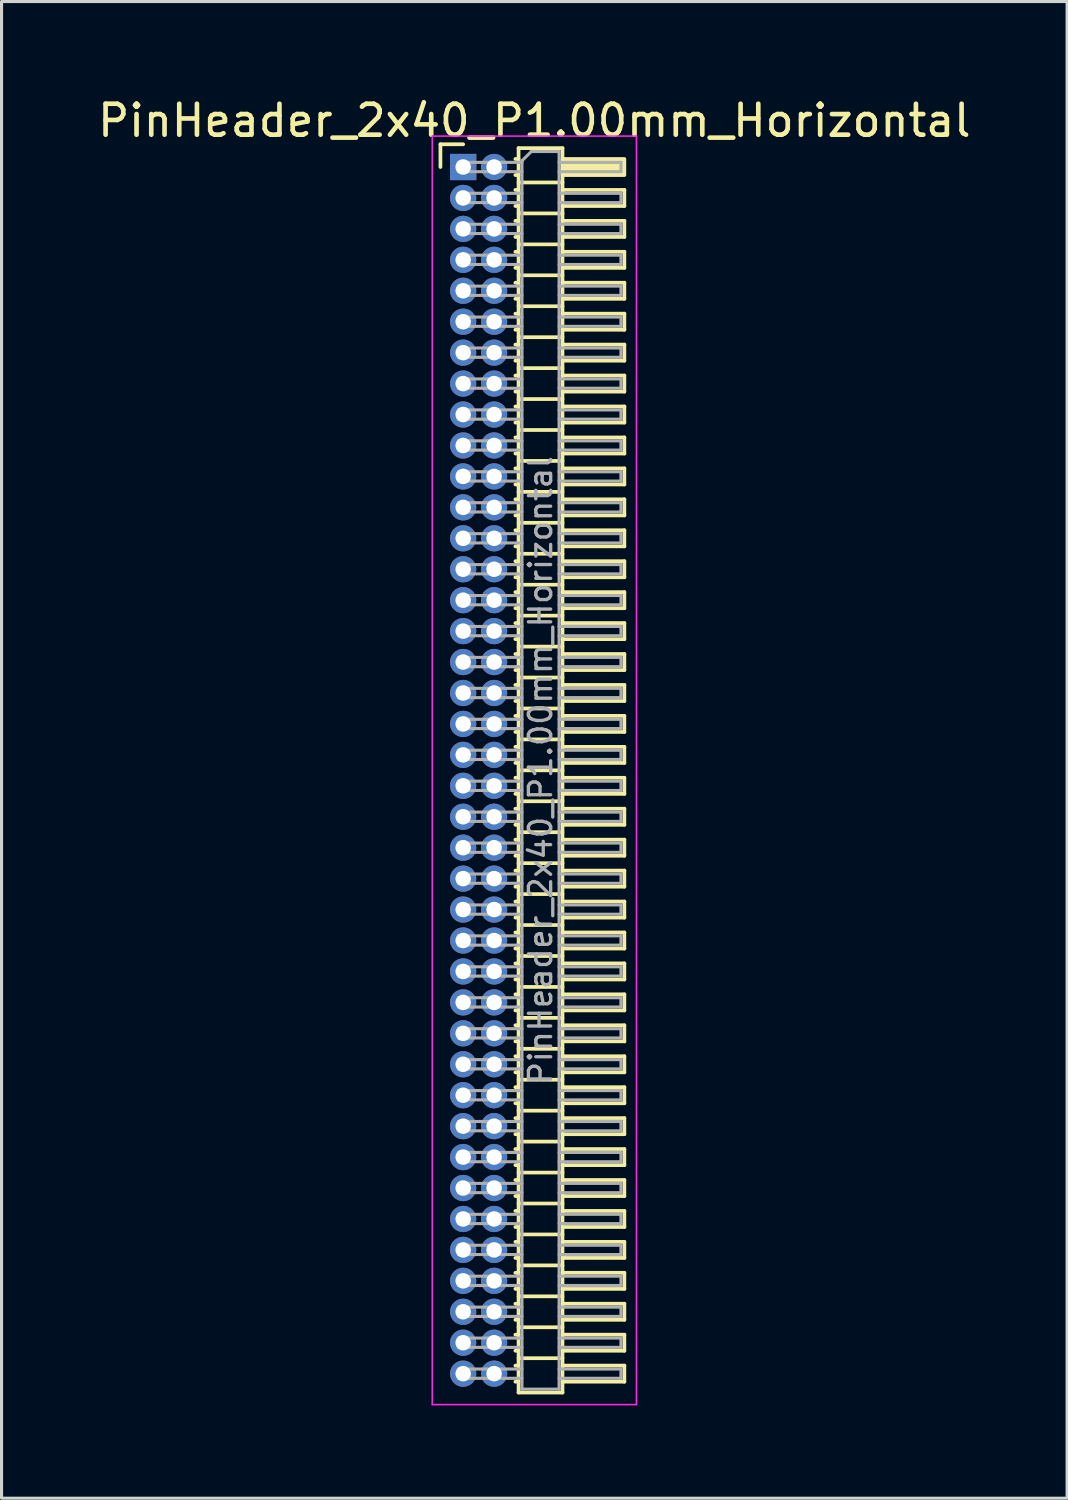
<source format=kicad_pcb>
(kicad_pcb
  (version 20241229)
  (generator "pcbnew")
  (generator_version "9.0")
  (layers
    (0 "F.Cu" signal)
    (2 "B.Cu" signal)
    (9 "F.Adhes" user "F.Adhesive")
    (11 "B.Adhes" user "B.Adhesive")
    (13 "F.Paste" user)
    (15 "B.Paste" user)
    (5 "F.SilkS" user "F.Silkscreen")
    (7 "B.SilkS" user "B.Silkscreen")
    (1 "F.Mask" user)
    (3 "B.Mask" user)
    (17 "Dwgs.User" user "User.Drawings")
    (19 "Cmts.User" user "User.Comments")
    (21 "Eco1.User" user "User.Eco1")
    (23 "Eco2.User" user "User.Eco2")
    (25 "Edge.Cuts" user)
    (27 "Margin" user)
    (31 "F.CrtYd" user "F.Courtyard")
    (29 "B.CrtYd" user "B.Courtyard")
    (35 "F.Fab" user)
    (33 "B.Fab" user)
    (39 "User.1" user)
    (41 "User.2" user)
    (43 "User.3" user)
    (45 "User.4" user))
  (footprint "PinHeader_2x40_P1.00mm_Horizontal"
    (layer "F.Cu")
    (at 11.92 2.348)
    (property "Reference" "PinHeader_2x40_P1.00mm_Horizontal" (at 2.3 -1.5 0) (layer "F.SilkS") (effects (font (size 1 1) (thickness 0.15))))
    (attr through_hole)
    (fp_line (start -0.735 -0.735) (end 0 -0.735) (stroke (width 0.12) (type solid)) (layer "F.SilkS"))
    (fp_line (start -0.735 0) (end -0.735 -0.735) (stroke (width 0.12) (type solid)) (layer "F.SilkS"))
    (fp_line (start 1.687 -0.26) (end 1.79 -0.26) (stroke (width 0.12) (type solid)) (layer "F.SilkS"))
    (fp_line (start 1.687 0.26) (end 1.79 0.26) (stroke (width 0.12) (type solid)) (layer "F.SilkS"))
    (fp_line (start 1.687 0.74) (end 1.79 0.74) (stroke (width 0.12) (type solid)) (layer "F.SilkS"))
    (fp_line (start 1.687 1.26) (end 1.79 1.26) (stroke (width 0.12) (type solid)) (layer "F.SilkS"))
    (fp_line (start 1.687 1.74) (end 1.79 1.74) (stroke (width 0.12) (type solid)) (layer "F.SilkS"))
    (fp_line (start 1.687 2.26) (end 1.79 2.26) (stroke (width 0.12) (type solid)) (layer "F.SilkS"))
    (fp_line (start 1.687 2.74) (end 1.79 2.74) (stroke (width 0.12) (type solid)) (layer "F.SilkS"))
    (fp_line (start 1.687 3.26) (end 1.79 3.26) (stroke (width 0.12) (type solid)) (layer "F.SilkS"))
    (fp_line (start 1.687 3.74) (end 1.79 3.74) (stroke (width 0.12) (type solid)) (layer "F.SilkS"))
    (fp_line (start 1.687 4.26) (end 1.79 4.26) (stroke (width 0.12) (type solid)) (layer "F.SilkS"))
    (fp_line (start 1.687 4.74) (end 1.79 4.74) (stroke (width 0.12) (type solid)) (layer "F.SilkS"))
    (fp_line (start 1.687 5.26) (end 1.79 5.26) (stroke (width 0.12) (type solid)) (layer "F.SilkS"))
    (fp_line (start 1.687 5.74) (end 1.79 5.74) (stroke (width 0.12) (type solid)) (layer "F.SilkS"))
    (fp_line (start 1.687 6.26) (end 1.79 6.26) (stroke (width 0.12) (type solid)) (layer "F.SilkS"))
    (fp_line (start 1.687 6.74) (end 1.79 6.74) (stroke (width 0.12) (type solid)) (layer "F.SilkS"))
    (fp_line (start 1.687 7.26) (end 1.79 7.26) (stroke (width 0.12) (type solid)) (layer "F.SilkS"))
    (fp_line (start 1.687 7.74) (end 1.79 7.74) (stroke (width 0.12) (type solid)) (layer "F.SilkS"))
    (fp_line (start 1.687 8.26) (end 1.79 8.26) (stroke (width 0.12) (type solid)) (layer "F.SilkS"))
    (fp_line (start 1.687 8.74) (end 1.79 8.74) (stroke (width 0.12) (type solid)) (layer "F.SilkS"))
    (fp_line (start 1.687 9.26) (end 1.79 9.26) (stroke (width 0.12) (type solid)) (layer "F.SilkS"))
    (fp_line (start 1.687 9.74) (end 1.79 9.74) (stroke (width 0.12) (type solid)) (layer "F.SilkS"))
    (fp_line (start 1.687 10.26) (end 1.79 10.26) (stroke (width 0.12) (type solid)) (layer "F.SilkS"))
    (fp_line (start 1.687 10.74) (end 1.79 10.74) (stroke (width 0.12) (type solid)) (layer "F.SilkS"))
    (fp_line (start 1.687 11.26) (end 1.79 11.26) (stroke (width 0.12) (type solid)) (layer "F.SilkS"))
    (fp_line (start 1.687 11.74) (end 1.79 11.74) (stroke (width 0.12) (type solid)) (layer "F.SilkS"))
    (fp_line (start 1.687 12.26) (end 1.79 12.26) (stroke (width 0.12) (type solid)) (layer "F.SilkS"))
    (fp_line (start 1.687 12.74) (end 1.79 12.74) (stroke (width 0.12) (type solid)) (layer "F.SilkS"))
    (fp_line (start 1.687 13.26) (end 1.79 13.26) (stroke (width 0.12) (type solid)) (layer "F.SilkS"))
    (fp_line (start 1.687 13.74) (end 1.79 13.74) (stroke (width 0.12) (type solid)) (layer "F.SilkS"))
    (fp_line (start 1.687 14.26) (end 1.79 14.26) (stroke (width 0.12) (type solid)) (layer "F.SilkS"))
    (fp_line (start 1.687 14.74) (end 1.79 14.74) (stroke (width 0.12) (type solid)) (layer "F.SilkS"))
    (fp_line (start 1.687 15.26) (end 1.79 15.26) (stroke (width 0.12) (type solid)) (layer "F.SilkS"))
    (fp_line (start 1.687 15.74) (end 1.79 15.74) (stroke (width 0.12) (type solid)) (layer "F.SilkS"))
    (fp_line (start 1.687 16.26) (end 1.79 16.26) (stroke (width 0.12) (type solid)) (layer "F.SilkS"))
    (fp_line (start 1.687 16.74) (end 1.79 16.74) (stroke (width 0.12) (type solid)) (layer "F.SilkS"))
    (fp_line (start 1.687 17.26) (end 1.79 17.26) (stroke (width 0.12) (type solid)) (layer "F.SilkS"))
    (fp_line (start 1.687 17.74) (end 1.79 17.74) (stroke (width 0.12) (type solid)) (layer "F.SilkS"))
    (fp_line (start 1.687 18.26) (end 1.79 18.26) (stroke (width 0.12) (type solid)) (layer "F.SilkS"))
    (fp_line (start 1.687 18.74) (end 1.79 18.74) (stroke (width 0.12) (type solid)) (layer "F.SilkS"))
    (fp_line (start 1.687 19.26) (end 1.79 19.26) (stroke (width 0.12) (type solid)) (layer "F.SilkS"))
    (fp_line (start 1.687 19.74) (end 1.79 19.74) (stroke (width 0.12) (type solid)) (layer "F.SilkS"))
    (fp_line (start 1.687 20.26) (end 1.79 20.26) (stroke (width 0.12) (type solid)) (layer "F.SilkS"))
    (fp_line (start 1.687 20.74) (end 1.79 20.74) (stroke (width 0.12) (type solid)) (layer "F.SilkS"))
    (fp_line (start 1.687 21.26) (end 1.79 21.26) (stroke (width 0.12) (type solid)) (layer "F.SilkS"))
    (fp_line (start 1.687 21.74) (end 1.79 21.74) (stroke (width 0.12) (type solid)) (layer "F.SilkS"))
    (fp_line (start 1.687 22.26) (end 1.79 22.26) (stroke (width 0.12) (type solid)) (layer "F.SilkS"))
    (fp_line (start 1.687 22.74) (end 1.79 22.74) (stroke (width 0.12) (type solid)) (layer "F.SilkS"))
    (fp_line (start 1.687 23.26) (end 1.79 23.26) (stroke (width 0.12) (type solid)) (layer "F.SilkS"))
    (fp_line (start 1.687 23.74) (end 1.79 23.74) (stroke (width 0.12) (type solid)) (layer "F.SilkS"))
    (fp_line (start 1.687 24.26) (end 1.79 24.26) (stroke (width 0.12) (type solid)) (layer "F.SilkS"))
    (fp_line (start 1.687 24.74) (end 1.79 24.74) (stroke (width 0.12) (type solid)) (layer "F.SilkS"))
    (fp_line (start 1.687 25.26) (end 1.79 25.26) (stroke (width 0.12) (type solid)) (layer "F.SilkS"))
    (fp_line (start 1.687 25.74) (end 1.79 25.74) (stroke (width 0.12) (type solid)) (layer "F.SilkS"))
    (fp_line (start 1.687 26.26) (end 1.79 26.26) (stroke (width 0.12) (type solid)) (layer "F.SilkS"))
    (fp_line (start 1.687 26.74) (end 1.79 26.74) (stroke (width 0.12) (type solid)) (layer "F.SilkS"))
    (fp_line (start 1.687 27.26) (end 1.79 27.26) (stroke (width 0.12) (type solid)) (layer "F.SilkS"))
    (fp_line (start 1.687 27.74) (end 1.79 27.74) (stroke (width 0.12) (type solid)) (layer "F.SilkS"))
    (fp_line (start 1.687 28.26) (end 1.79 28.26) (stroke (width 0.12) (type solid)) (layer "F.SilkS"))
    (fp_line (start 1.687 28.74) (end 1.79 28.74) (stroke (width 0.12) (type solid)) (layer "F.SilkS"))
    (fp_line (start 1.687 29.26) (end 1.79 29.26) (stroke (width 0.12) (type solid)) (layer "F.SilkS"))
    (fp_line (start 1.687 29.74) (end 1.79 29.74) (stroke (width 0.12) (type solid)) (layer "F.SilkS"))
    (fp_line (start 1.687 30.26) (end 1.79 30.26) (stroke (width 0.12) (type solid)) (layer "F.SilkS"))
    (fp_line (start 1.687 30.74) (end 1.79 30.74) (stroke (width 0.12) (type solid)) (layer "F.SilkS"))
    (fp_line (start 1.687 31.26) (end 1.79 31.26) (stroke (width 0.12) (type solid)) (layer "F.SilkS"))
    (fp_line (start 1.687 31.74) (end 1.79 31.74) (stroke (width 0.12) (type solid)) (layer "F.SilkS"))
    (fp_line (start 1.687 32.26) (end 1.79 32.26) (stroke (width 0.12) (type solid)) (layer "F.SilkS"))
    (fp_line (start 1.687 32.74) (end 1.79 32.74) (stroke (width 0.12) (type solid)) (layer "F.SilkS"))
    (fp_line (start 1.687 33.26) (end 1.79 33.26) (stroke (width 0.12) (type solid)) (layer "F.SilkS"))
    (fp_line (start 1.687 33.74) (end 1.79 33.74) (stroke (width 0.12) (type solid)) (layer "F.SilkS"))
    (fp_line (start 1.687 34.26) (end 1.79 34.26) (stroke (width 0.12) (type solid)) (layer "F.SilkS"))
    (fp_line (start 1.687 34.74) (end 1.79 34.74) (stroke (width 0.12) (type solid)) (layer "F.SilkS"))
    (fp_line (start 1.687 35.26) (end 1.79 35.26) (stroke (width 0.12) (type solid)) (layer "F.SilkS"))
    (fp_line (start 1.687 35.74) (end 1.79 35.74) (stroke (width 0.12) (type solid)) (layer "F.SilkS"))
    (fp_line (start 1.687 36.26) (end 1.79 36.26) (stroke (width 0.12) (type solid)) (layer "F.SilkS"))
    (fp_line (start 1.687 36.74) (end 1.79 36.74) (stroke (width 0.12) (type solid)) (layer "F.SilkS"))
    (fp_line (start 1.687 37.26) (end 1.79 37.26) (stroke (width 0.12) (type solid)) (layer "F.SilkS"))
    (fp_line (start 1.687 37.74) (end 1.79 37.74) (stroke (width 0.12) (type solid)) (layer "F.SilkS"))
    (fp_line (start 1.687 38.26) (end 1.79 38.26) (stroke (width 0.12) (type solid)) (layer "F.SilkS"))
    (fp_line (start 1.687 38.74) (end 1.79 38.74) (stroke (width 0.12) (type solid)) (layer "F.SilkS"))
    (fp_line (start 1.687 39.26) (end 1.79 39.26) (stroke (width 0.12) (type solid)) (layer "F.SilkS"))
    (fp_line (start 1.79 -0.61) (end 1.79 39.61) (stroke (width 0.12) (type solid)) (layer "F.SilkS"))
    (fp_line (start 1.79 0.5) (end 3.21 0.5) (stroke (width 0.12) (type solid)) (layer "F.SilkS"))
    (fp_line (start 1.79 1.5) (end 3.21 1.5) (stroke (width 0.12) (type solid)) (layer "F.SilkS"))
    (fp_line (start 1.79 2.5) (end 3.21 2.5) (stroke (width 0.12) (type solid)) (layer "F.SilkS"))
    (fp_line (start 1.79 3.5) (end 3.21 3.5) (stroke (width 0.12) (type solid)) (layer "F.SilkS"))
    (fp_line (start 1.79 4.5) (end 3.21 4.5) (stroke (width 0.12) (type solid)) (layer "F.SilkS"))
    (fp_line (start 1.79 5.5) (end 3.21 5.5) (stroke (width 0.12) (type solid)) (layer "F.SilkS"))
    (fp_line (start 1.79 6.5) (end 3.21 6.5) (stroke (width 0.12) (type solid)) (layer "F.SilkS"))
    (fp_line (start 1.79 7.5) (end 3.21 7.5) (stroke (width 0.12) (type solid)) (layer "F.SilkS"))
    (fp_line (start 1.79 8.5) (end 3.21 8.5) (stroke (width 0.12) (type solid)) (layer "F.SilkS"))
    (fp_line (start 1.79 9.5) (end 3.21 9.5) (stroke (width 0.12) (type solid)) (layer "F.SilkS"))
    (fp_line (start 1.79 10.5) (end 3.21 10.5) (stroke (width 0.12) (type solid)) (layer "F.SilkS"))
    (fp_line (start 1.79 11.5) (end 3.21 11.5) (stroke (width 0.12) (type solid)) (layer "F.SilkS"))
    (fp_line (start 1.79 12.5) (end 3.21 12.5) (stroke (width 0.12) (type solid)) (layer "F.SilkS"))
    (fp_line (start 1.79 13.5) (end 3.21 13.5) (stroke (width 0.12) (type solid)) (layer "F.SilkS"))
    (fp_line (start 1.79 14.5) (end 3.21 14.5) (stroke (width 0.12) (type solid)) (layer "F.SilkS"))
    (fp_line (start 1.79 15.5) (end 3.21 15.5) (stroke (width 0.12) (type solid)) (layer "F.SilkS"))
    (fp_line (start 1.79 16.5) (end 3.21 16.5) (stroke (width 0.12) (type solid)) (layer "F.SilkS"))
    (fp_line (start 1.79 17.5) (end 3.21 17.5) (stroke (width 0.12) (type solid)) (layer "F.SilkS"))
    (fp_line (start 1.79 18.5) (end 3.21 18.5) (stroke (width 0.12) (type solid)) (layer "F.SilkS"))
    (fp_line (start 1.79 19.5) (end 3.21 19.5) (stroke (width 0.12) (type solid)) (layer "F.SilkS"))
    (fp_line (start 1.79 20.5) (end 3.21 20.5) (stroke (width 0.12) (type solid)) (layer "F.SilkS"))
    (fp_line (start 1.79 21.5) (end 3.21 21.5) (stroke (width 0.12) (type solid)) (layer "F.SilkS"))
    (fp_line (start 1.79 22.5) (end 3.21 22.5) (stroke (width 0.12) (type solid)) (layer "F.SilkS"))
    (fp_line (start 1.79 23.5) (end 3.21 23.5) (stroke (width 0.12) (type solid)) (layer "F.SilkS"))
    (fp_line (start 1.79 24.5) (end 3.21 24.5) (stroke (width 0.12) (type solid)) (layer "F.SilkS"))
    (fp_line (start 1.79 25.5) (end 3.21 25.5) (stroke (width 0.12) (type solid)) (layer "F.SilkS"))
    (fp_line (start 1.79 26.5) (end 3.21 26.5) (stroke (width 0.12) (type solid)) (layer "F.SilkS"))
    (fp_line (start 1.79 27.5) (end 3.21 27.5) (stroke (width 0.12) (type solid)) (layer "F.SilkS"))
    (fp_line (start 1.79 28.5) (end 3.21 28.5) (stroke (width 0.12) (type solid)) (layer "F.SilkS"))
    (fp_line (start 1.79 29.5) (end 3.21 29.5) (stroke (width 0.12) (type solid)) (layer "F.SilkS"))
    (fp_line (start 1.79 30.5) (end 3.21 30.5) (stroke (width 0.12) (type solid)) (layer "F.SilkS"))
    (fp_line (start 1.79 31.5) (end 3.21 31.5) (stroke (width 0.12) (type solid)) (layer "F.SilkS"))
    (fp_line (start 1.79 32.5) (end 3.21 32.5) (stroke (width 0.12) (type solid)) (layer "F.SilkS"))
    (fp_line (start 1.79 33.5) (end 3.21 33.5) (stroke (width 0.12) (type solid)) (layer "F.SilkS"))
    (fp_line (start 1.79 34.5) (end 3.21 34.5) (stroke (width 0.12) (type solid)) (layer "F.SilkS"))
    (fp_line (start 1.79 35.5) (end 3.21 35.5) (stroke (width 0.12) (type solid)) (layer "F.SilkS"))
    (fp_line (start 1.79 36.5) (end 3.21 36.5) (stroke (width 0.12) (type solid)) (layer "F.SilkS"))
    (fp_line (start 1.79 37.5) (end 3.21 37.5) (stroke (width 0.12) (type solid)) (layer "F.SilkS"))
    (fp_line (start 1.79 38.5) (end 3.21 38.5) (stroke (width 0.12) (type solid)) (layer "F.SilkS"))
    (fp_line (start 1.79 39.61) (end 3.21 39.61) (stroke (width 0.12) (type solid)) (layer "F.SilkS"))
    (fp_line (start 3.21 -0.61) (end 1.79 -0.61) (stroke (width 0.12) (type solid)) (layer "F.SilkS"))
    (fp_line (start 3.21 0.74) (end 5.21 0.74) (stroke (width 0.12) (type solid)) (layer "F.SilkS"))
    (fp_line (start 3.21 1.74) (end 5.21 1.74) (stroke (width 0.12) (type solid)) (layer "F.SilkS"))
    (fp_line (start 3.21 2.74) (end 5.21 2.74) (stroke (width 0.12) (type solid)) (layer "F.SilkS"))
    (fp_line (start 3.21 3.74) (end 5.21 3.74) (stroke (width 0.12) (type solid)) (layer "F.SilkS"))
    (fp_line (start 3.21 4.74) (end 5.21 4.74) (stroke (width 0.12) (type solid)) (layer "F.SilkS"))
    (fp_line (start 3.21 5.74) (end 5.21 5.74) (stroke (width 0.12) (type solid)) (layer "F.SilkS"))
    (fp_line (start 3.21 6.74) (end 5.21 6.74) (stroke (width 0.12) (type solid)) (layer "F.SilkS"))
    (fp_line (start 3.21 7.74) (end 5.21 7.74) (stroke (width 0.12) (type solid)) (layer "F.SilkS"))
    (fp_line (start 3.21 8.74) (end 5.21 8.74) (stroke (width 0.12) (type solid)) (layer "F.SilkS"))
    (fp_line (start 3.21 9.74) (end 5.21 9.74) (stroke (width 0.12) (type solid)) (layer "F.SilkS"))
    (fp_line (start 3.21 10.74) (end 5.21 10.74) (stroke (width 0.12) (type solid)) (layer "F.SilkS"))
    (fp_line (start 3.21 11.74) (end 5.21 11.74) (stroke (width 0.12) (type solid)) (layer "F.SilkS"))
    (fp_line (start 3.21 12.74) (end 5.21 12.74) (stroke (width 0.12) (type solid)) (layer "F.SilkS"))
    (fp_line (start 3.21 13.74) (end 5.21 13.74) (stroke (width 0.12) (type solid)) (layer "F.SilkS"))
    (fp_line (start 3.21 14.74) (end 5.21 14.74) (stroke (width 0.12) (type solid)) (layer "F.SilkS"))
    (fp_line (start 3.21 15.74) (end 5.21 15.74) (stroke (width 0.12) (type solid)) (layer "F.SilkS"))
    (fp_line (start 3.21 16.74) (end 5.21 16.74) (stroke (width 0.12) (type solid)) (layer "F.SilkS"))
    (fp_line (start 3.21 17.74) (end 5.21 17.74) (stroke (width 0.12) (type solid)) (layer "F.SilkS"))
    (fp_line (start 3.21 18.74) (end 5.21 18.74) (stroke (width 0.12) (type solid)) (layer "F.SilkS"))
    (fp_line (start 3.21 19.74) (end 5.21 19.74) (stroke (width 0.12) (type solid)) (layer "F.SilkS"))
    (fp_line (start 3.21 20.74) (end 5.21 20.74) (stroke (width 0.12) (type solid)) (layer "F.SilkS"))
    (fp_line (start 3.21 21.74) (end 5.21 21.74) (stroke (width 0.12) (type solid)) (layer "F.SilkS"))
    (fp_line (start 3.21 22.74) (end 5.21 22.74) (stroke (width 0.12) (type solid)) (layer "F.SilkS"))
    (fp_line (start 3.21 23.74) (end 5.21 23.74) (stroke (width 0.12) (type solid)) (layer "F.SilkS"))
    (fp_line (start 3.21 24.74) (end 5.21 24.74) (stroke (width 0.12) (type solid)) (layer "F.SilkS"))
    (fp_line (start 3.21 25.74) (end 5.21 25.74) (stroke (width 0.12) (type solid)) (layer "F.SilkS"))
    (fp_line (start 3.21 26.74) (end 5.21 26.74) (stroke (width 0.12) (type solid)) (layer "F.SilkS"))
    (fp_line (start 3.21 27.74) (end 5.21 27.74) (stroke (width 0.12) (type solid)) (layer "F.SilkS"))
    (fp_line (start 3.21 28.74) (end 5.21 28.74) (stroke (width 0.12) (type solid)) (layer "F.SilkS"))
    (fp_line (start 3.21 29.74) (end 5.21 29.74) (stroke (width 0.12) (type solid)) (layer "F.SilkS"))
    (fp_line (start 3.21 30.74) (end 5.21 30.74) (stroke (width 0.12) (type solid)) (layer "F.SilkS"))
    (fp_line (start 3.21 31.74) (end 5.21 31.74) (stroke (width 0.12) (type solid)) (layer "F.SilkS"))
    (fp_line (start 3.21 32.74) (end 5.21 32.74) (stroke (width 0.12) (type solid)) (layer "F.SilkS"))
    (fp_line (start 3.21 33.74) (end 5.21 33.74) (stroke (width 0.12) (type solid)) (layer "F.SilkS"))
    (fp_line (start 3.21 34.74) (end 5.21 34.74) (stroke (width 0.12) (type solid)) (layer "F.SilkS"))
    (fp_line (start 3.21 35.74) (end 5.21 35.74) (stroke (width 0.12) (type solid)) (layer "F.SilkS"))
    (fp_line (start 3.21 36.74) (end 5.21 36.74) (stroke (width 0.12) (type solid)) (layer "F.SilkS"))
    (fp_line (start 3.21 37.74) (end 5.21 37.74) (stroke (width 0.12) (type solid)) (layer "F.SilkS"))
    (fp_line (start 3.21 38.74) (end 5.21 38.74) (stroke (width 0.12) (type solid)) (layer "F.SilkS"))
    (fp_line (start 3.21 39.61) (end 3.21 -0.61) (stroke (width 0.12) (type solid)) (layer "F.SilkS"))
    (fp_line (start 5.21 0.74) (end 5.21 1.26) (stroke (width 0.12) (type solid)) (layer "F.SilkS"))
    (fp_line (start 5.21 1.26) (end 3.21 1.26) (stroke (width 0.12) (type solid)) (layer "F.SilkS"))
    (fp_line (start 5.21 1.74) (end 5.21 2.26) (stroke (width 0.12) (type solid)) (layer "F.SilkS"))
    (fp_line (start 5.21 2.26) (end 3.21 2.26) (stroke (width 0.12) (type solid)) (layer "F.SilkS"))
    (fp_line (start 5.21 2.74) (end 5.21 3.26) (stroke (width 0.12) (type solid)) (layer "F.SilkS"))
    (fp_line (start 5.21 3.26) (end 3.21 3.26) (stroke (width 0.12) (type solid)) (layer "F.SilkS"))
    (fp_line (start 5.21 3.74) (end 5.21 4.26) (stroke (width 0.12) (type solid)) (layer "F.SilkS"))
    (fp_line (start 5.21 4.26) (end 3.21 4.26) (stroke (width 0.12) (type solid)) (layer "F.SilkS"))
    (fp_line (start 5.21 4.74) (end 5.21 5.26) (stroke (width 0.12) (type solid)) (layer "F.SilkS"))
    (fp_line (start 5.21 5.26) (end 3.21 5.26) (stroke (width 0.12) (type solid)) (layer "F.SilkS"))
    (fp_line (start 5.21 5.74) (end 5.21 6.26) (stroke (width 0.12) (type solid)) (layer "F.SilkS"))
    (fp_line (start 5.21 6.26) (end 3.21 6.26) (stroke (width 0.12) (type solid)) (layer "F.SilkS"))
    (fp_line (start 5.21 6.74) (end 5.21 7.26) (stroke (width 0.12) (type solid)) (layer "F.SilkS"))
    (fp_line (start 5.21 7.26) (end 3.21 7.26) (stroke (width 0.12) (type solid)) (layer "F.SilkS"))
    (fp_line (start 5.21 7.74) (end 5.21 8.26) (stroke (width 0.12) (type solid)) (layer "F.SilkS"))
    (fp_line (start 5.21 8.26) (end 3.21 8.26) (stroke (width 0.12) (type solid)) (layer "F.SilkS"))
    (fp_line (start 5.21 8.74) (end 5.21 9.26) (stroke (width 0.12) (type solid)) (layer "F.SilkS"))
    (fp_line (start 5.21 9.26) (end 3.21 9.26) (stroke (width 0.12) (type solid)) (layer "F.SilkS"))
    (fp_line (start 5.21 9.74) (end 5.21 10.26) (stroke (width 0.12) (type solid)) (layer "F.SilkS"))
    (fp_line (start 5.21 10.26) (end 3.21 10.26) (stroke (width 0.12) (type solid)) (layer "F.SilkS"))
    (fp_line (start 5.21 10.74) (end 5.21 11.26) (stroke (width 0.12) (type solid)) (layer "F.SilkS"))
    (fp_line (start 5.21 11.26) (end 3.21 11.26) (stroke (width 0.12) (type solid)) (layer "F.SilkS"))
    (fp_line (start 5.21 11.74) (end 5.21 12.26) (stroke (width 0.12) (type solid)) (layer "F.SilkS"))
    (fp_line (start 5.21 12.26) (end 3.21 12.26) (stroke (width 0.12) (type solid)) (layer "F.SilkS"))
    (fp_line (start 5.21 12.74) (end 5.21 13.26) (stroke (width 0.12) (type solid)) (layer "F.SilkS"))
    (fp_line (start 5.21 13.26) (end 3.21 13.26) (stroke (width 0.12) (type solid)) (layer "F.SilkS"))
    (fp_line (start 5.21 13.74) (end 5.21 14.26) (stroke (width 0.12) (type solid)) (layer "F.SilkS"))
    (fp_line (start 5.21 14.26) (end 3.21 14.26) (stroke (width 0.12) (type solid)) (layer "F.SilkS"))
    (fp_line (start 5.21 14.74) (end 5.21 15.26) (stroke (width 0.12) (type solid)) (layer "F.SilkS"))
    (fp_line (start 5.21 15.26) (end 3.21 15.26) (stroke (width 0.12) (type solid)) (layer "F.SilkS"))
    (fp_line (start 5.21 15.74) (end 5.21 16.26) (stroke (width 0.12) (type solid)) (layer "F.SilkS"))
    (fp_line (start 5.21 16.26) (end 3.21 16.26) (stroke (width 0.12) (type solid)) (layer "F.SilkS"))
    (fp_line (start 5.21 16.74) (end 5.21 17.26) (stroke (width 0.12) (type solid)) (layer "F.SilkS"))
    (fp_line (start 5.21 17.26) (end 3.21 17.26) (stroke (width 0.12) (type solid)) (layer "F.SilkS"))
    (fp_line (start 5.21 17.74) (end 5.21 18.26) (stroke (width 0.12) (type solid)) (layer "F.SilkS"))
    (fp_line (start 5.21 18.26) (end 3.21 18.26) (stroke (width 0.12) (type solid)) (layer "F.SilkS"))
    (fp_line (start 5.21 18.74) (end 5.21 19.26) (stroke (width 0.12) (type solid)) (layer "F.SilkS"))
    (fp_line (start 5.21 19.26) (end 3.21 19.26) (stroke (width 0.12) (type solid)) (layer "F.SilkS"))
    (fp_line (start 5.21 19.74) (end 5.21 20.26) (stroke (width 0.12) (type solid)) (layer "F.SilkS"))
    (fp_line (start 5.21 20.26) (end 3.21 20.26) (stroke (width 0.12) (type solid)) (layer "F.SilkS"))
    (fp_line (start 5.21 20.74) (end 5.21 21.26) (stroke (width 0.12) (type solid)) (layer "F.SilkS"))
    (fp_line (start 5.21 21.26) (end 3.21 21.26) (stroke (width 0.12) (type solid)) (layer "F.SilkS"))
    (fp_line (start 5.21 21.74) (end 5.21 22.26) (stroke (width 0.12) (type solid)) (layer "F.SilkS"))
    (fp_line (start 5.21 22.26) (end 3.21 22.26) (stroke (width 0.12) (type solid)) (layer "F.SilkS"))
    (fp_line (start 5.21 22.74) (end 5.21 23.26) (stroke (width 0.12) (type solid)) (layer "F.SilkS"))
    (fp_line (start 5.21 23.26) (end 3.21 23.26) (stroke (width 0.12) (type solid)) (layer "F.SilkS"))
    (fp_line (start 5.21 23.74) (end 5.21 24.26) (stroke (width 0.12) (type solid)) (layer "F.SilkS"))
    (fp_line (start 5.21 24.26) (end 3.21 24.26) (stroke (width 0.12) (type solid)) (layer "F.SilkS"))
    (fp_line (start 5.21 24.74) (end 5.21 25.26) (stroke (width 0.12) (type solid)) (layer "F.SilkS"))
    (fp_line (start 5.21 25.26) (end 3.21 25.26) (stroke (width 0.12) (type solid)) (layer "F.SilkS"))
    (fp_line (start 5.21 25.74) (end 5.21 26.26) (stroke (width 0.12) (type solid)) (layer "F.SilkS"))
    (fp_line (start 5.21 26.26) (end 3.21 26.26) (stroke (width 0.12) (type solid)) (layer "F.SilkS"))
    (fp_line (start 5.21 26.74) (end 5.21 27.26) (stroke (width 0.12) (type solid)) (layer "F.SilkS"))
    (fp_line (start 5.21 27.26) (end 3.21 27.26) (stroke (width 0.12) (type solid)) (layer "F.SilkS"))
    (fp_line (start 5.21 27.74) (end 5.21 28.26) (stroke (width 0.12) (type solid)) (layer "F.SilkS"))
    (fp_line (start 5.21 28.26) (end 3.21 28.26) (stroke (width 0.12) (type solid)) (layer "F.SilkS"))
    (fp_line (start 5.21 28.74) (end 5.21 29.26) (stroke (width 0.12) (type solid)) (layer "F.SilkS"))
    (fp_line (start 5.21 29.26) (end 3.21 29.26) (stroke (width 0.12) (type solid)) (layer "F.SilkS"))
    (fp_line (start 5.21 29.74) (end 5.21 30.26) (stroke (width 0.12) (type solid)) (layer "F.SilkS"))
    (fp_line (start 5.21 30.26) (end 3.21 30.26) (stroke (width 0.12) (type solid)) (layer "F.SilkS"))
    (fp_line (start 5.21 30.74) (end 5.21 31.26) (stroke (width 0.12) (type solid)) (layer "F.SilkS"))
    (fp_line (start 5.21 31.26) (end 3.21 31.26) (stroke (width 0.12) (type solid)) (layer "F.SilkS"))
    (fp_line (start 5.21 31.74) (end 5.21 32.26) (stroke (width 0.12) (type solid)) (layer "F.SilkS"))
    (fp_line (start 5.21 32.26) (end 3.21 32.26) (stroke (width 0.12) (type solid)) (layer "F.SilkS"))
    (fp_line (start 5.21 32.74) (end 5.21 33.26) (stroke (width 0.12) (type solid)) (layer "F.SilkS"))
    (fp_line (start 5.21 33.26) (end 3.21 33.26) (stroke (width 0.12) (type solid)) (layer "F.SilkS"))
    (fp_line (start 5.21 33.74) (end 5.21 34.26) (stroke (width 0.12) (type solid)) (layer "F.SilkS"))
    (fp_line (start 5.21 34.26) (end 3.21 34.26) (stroke (width 0.12) (type solid)) (layer "F.SilkS"))
    (fp_line (start 5.21 34.74) (end 5.21 35.26) (stroke (width 0.12) (type solid)) (layer "F.SilkS"))
    (fp_line (start 5.21 35.26) (end 3.21 35.26) (stroke (width 0.12) (type solid)) (layer "F.SilkS"))
    (fp_line (start 5.21 35.74) (end 5.21 36.26) (stroke (width 0.12) (type solid)) (layer "F.SilkS"))
    (fp_line (start 5.21 36.26) (end 3.21 36.26) (stroke (width 0.12) (type solid)) (layer "F.SilkS"))
    (fp_line (start 5.21 36.74) (end 5.21 37.26) (stroke (width 0.12) (type solid)) (layer "F.SilkS"))
    (fp_line (start 5.21 37.26) (end 3.21 37.26) (stroke (width 0.12) (type solid)) (layer "F.SilkS"))
    (fp_line (start 5.21 37.74) (end 5.21 38.26) (stroke (width 0.12) (type solid)) (layer "F.SilkS"))
    (fp_line (start 5.21 38.26) (end 3.21 38.26) (stroke (width 0.12) (type solid)) (layer "F.SilkS"))
    (fp_line (start 5.21 38.74) (end 5.21 39.26) (stroke (width 0.12) (type solid)) (layer "F.SilkS"))
    (fp_line (start 5.21 39.26) (end 3.21 39.26) (stroke (width 0.12) (type solid)) (layer "F.SilkS"))
    (fp_rect (start 3.21 -0.26) (end 5.21 0.26) (stroke (width 0.12) (type solid)) (fill yes) (layer "F.SilkS"))
    (fp_line (start -1 -1) (end -1 40) (stroke (width 0.05) (type solid)) (layer "F.CrtYd"))
    (fp_line (start -1 40) (end 5.6 40) (stroke (width 0.05) (type solid)) (layer "F.CrtYd"))
    (fp_line (start 5.6 -1) (end -1 -1) (stroke (width 0.05) (type solid)) (layer "F.CrtYd"))
    (fp_line (start 5.6 40) (end 5.6 -1) (stroke (width 0.05) (type solid)) (layer "F.CrtYd"))
    (fp_line (start -0.15 -0.15) (end -0.15 0.15) (stroke (width 0.1) (type solid)) (layer "F.Fab"))
    (fp_line (start -0.15 -0.15) (end 1.9 -0.15) (stroke (width 0.1) (type solid)) (layer "F.Fab"))
    (fp_line (start -0.15 0.15) (end 1.9 0.15) (stroke (width 0.1) (type solid)) (layer "F.Fab"))
    (fp_line (start -0.15 0.85) (end -0.15 1.15) (stroke (width 0.1) (type solid)) (layer "F.Fab"))
    (fp_line (start -0.15 0.85) (end 1.9 0.85) (stroke (width 0.1) (type solid)) (layer "F.Fab"))
    (fp_line (start -0.15 1.15) (end 1.9 1.15) (stroke (width 0.1) (type solid)) (layer "F.Fab"))
    (fp_line (start -0.15 1.85) (end -0.15 2.15) (stroke (width 0.1) (type solid)) (layer "F.Fab"))
    (fp_line (start -0.15 1.85) (end 1.9 1.85) (stroke (width 0.1) (type solid)) (layer "F.Fab"))
    (fp_line (start -0.15 2.15) (end 1.9 2.15) (stroke (width 0.1) (type solid)) (layer "F.Fab"))
    (fp_line (start -0.15 2.85) (end -0.15 3.15) (stroke (width 0.1) (type solid)) (layer "F.Fab"))
    (fp_line (start -0.15 2.85) (end 1.9 2.85) (stroke (width 0.1) (type solid)) (layer "F.Fab"))
    (fp_line (start -0.15 3.15) (end 1.9 3.15) (stroke (width 0.1) (type solid)) (layer "F.Fab"))
    (fp_line (start -0.15 3.85) (end -0.15 4.15) (stroke (width 0.1) (type solid)) (layer "F.Fab"))
    (fp_line (start -0.15 3.85) (end 1.9 3.85) (stroke (width 0.1) (type solid)) (layer "F.Fab"))
    (fp_line (start -0.15 4.15) (end 1.9 4.15) (stroke (width 0.1) (type solid)) (layer "F.Fab"))
    (fp_line (start -0.15 4.85) (end -0.15 5.15) (stroke (width 0.1) (type solid)) (layer "F.Fab"))
    (fp_line (start -0.15 4.85) (end 1.9 4.85) (stroke (width 0.1) (type solid)) (layer "F.Fab"))
    (fp_line (start -0.15 5.15) (end 1.9 5.15) (stroke (width 0.1) (type solid)) (layer "F.Fab"))
    (fp_line (start -0.15 5.85) (end -0.15 6.15) (stroke (width 0.1) (type solid)) (layer "F.Fab"))
    (fp_line (start -0.15 5.85) (end 1.9 5.85) (stroke (width 0.1) (type solid)) (layer "F.Fab"))
    (fp_line (start -0.15 6.15) (end 1.9 6.15) (stroke (width 0.1) (type solid)) (layer "F.Fab"))
    (fp_line (start -0.15 6.85) (end -0.15 7.15) (stroke (width 0.1) (type solid)) (layer "F.Fab"))
    (fp_line (start -0.15 6.85) (end 1.9 6.85) (stroke (width 0.1) (type solid)) (layer "F.Fab"))
    (fp_line (start -0.15 7.15) (end 1.9 7.15) (stroke (width 0.1) (type solid)) (layer "F.Fab"))
    (fp_line (start -0.15 7.85) (end -0.15 8.15) (stroke (width 0.1) (type solid)) (layer "F.Fab"))
    (fp_line (start -0.15 7.85) (end 1.9 7.85) (stroke (width 0.1) (type solid)) (layer "F.Fab"))
    (fp_line (start -0.15 8.15) (end 1.9 8.15) (stroke (width 0.1) (type solid)) (layer "F.Fab"))
    (fp_line (start -0.15 8.85) (end -0.15 9.15) (stroke (width 0.1) (type solid)) (layer "F.Fab"))
    (fp_line (start -0.15 8.85) (end 1.9 8.85) (stroke (width 0.1) (type solid)) (layer "F.Fab"))
    (fp_line (start -0.15 9.15) (end 1.9 9.15) (stroke (width 0.1) (type solid)) (layer "F.Fab"))
    (fp_line (start -0.15 9.85) (end -0.15 10.15) (stroke (width 0.1) (type solid)) (layer "F.Fab"))
    (fp_line (start -0.15 9.85) (end 1.9 9.85) (stroke (width 0.1) (type solid)) (layer "F.Fab"))
    (fp_line (start -0.15 10.15) (end 1.9 10.15) (stroke (width 0.1) (type solid)) (layer "F.Fab"))
    (fp_line (start -0.15 10.85) (end -0.15 11.15) (stroke (width 0.1) (type solid)) (layer "F.Fab"))
    (fp_line (start -0.15 10.85) (end 1.9 10.85) (stroke (width 0.1) (type solid)) (layer "F.Fab"))
    (fp_line (start -0.15 11.15) (end 1.9 11.15) (stroke (width 0.1) (type solid)) (layer "F.Fab"))
    (fp_line (start -0.15 11.85) (end -0.15 12.15) (stroke (width 0.1) (type solid)) (layer "F.Fab"))
    (fp_line (start -0.15 11.85) (end 1.9 11.85) (stroke (width 0.1) (type solid)) (layer "F.Fab"))
    (fp_line (start -0.15 12.15) (end 1.9 12.15) (stroke (width 0.1) (type solid)) (layer "F.Fab"))
    (fp_line (start -0.15 12.85) (end -0.15 13.15) (stroke (width 0.1) (type solid)) (layer "F.Fab"))
    (fp_line (start -0.15 12.85) (end 1.9 12.85) (stroke (width 0.1) (type solid)) (layer "F.Fab"))
    (fp_line (start -0.15 13.15) (end 1.9 13.15) (stroke (width 0.1) (type solid)) (layer "F.Fab"))
    (fp_line (start -0.15 13.85) (end -0.15 14.15) (stroke (width 0.1) (type solid)) (layer "F.Fab"))
    (fp_line (start -0.15 13.85) (end 1.9 13.85) (stroke (width 0.1) (type solid)) (layer "F.Fab"))
    (fp_line (start -0.15 14.15) (end 1.9 14.15) (stroke (width 0.1) (type solid)) (layer "F.Fab"))
    (fp_line (start -0.15 14.85) (end -0.15 15.15) (stroke (width 0.1) (type solid)) (layer "F.Fab"))
    (fp_line (start -0.15 14.85) (end 1.9 14.85) (stroke (width 0.1) (type solid)) (layer "F.Fab"))
    (fp_line (start -0.15 15.15) (end 1.9 15.15) (stroke (width 0.1) (type solid)) (layer "F.Fab"))
    (fp_line (start -0.15 15.85) (end -0.15 16.15) (stroke (width 0.1) (type solid)) (layer "F.Fab"))
    (fp_line (start -0.15 15.85) (end 1.9 15.85) (stroke (width 0.1) (type solid)) (layer "F.Fab"))
    (fp_line (start -0.15 16.15) (end 1.9 16.15) (stroke (width 0.1) (type solid)) (layer "F.Fab"))
    (fp_line (start -0.15 16.85) (end -0.15 17.15) (stroke (width 0.1) (type solid)) (layer "F.Fab"))
    (fp_line (start -0.15 16.85) (end 1.9 16.85) (stroke (width 0.1) (type solid)) (layer "F.Fab"))
    (fp_line (start -0.15 17.15) (end 1.9 17.15) (stroke (width 0.1) (type solid)) (layer "F.Fab"))
    (fp_line (start -0.15 17.85) (end -0.15 18.15) (stroke (width 0.1) (type solid)) (layer "F.Fab"))
    (fp_line (start -0.15 17.85) (end 1.9 17.85) (stroke (width 0.1) (type solid)) (layer "F.Fab"))
    (fp_line (start -0.15 18.15) (end 1.9 18.15) (stroke (width 0.1) (type solid)) (layer "F.Fab"))
    (fp_line (start -0.15 18.85) (end -0.15 19.15) (stroke (width 0.1) (type solid)) (layer "F.Fab"))
    (fp_line (start -0.15 18.85) (end 1.9 18.85) (stroke (width 0.1) (type solid)) (layer "F.Fab"))
    (fp_line (start -0.15 19.15) (end 1.9 19.15) (stroke (width 0.1) (type solid)) (layer "F.Fab"))
    (fp_line (start -0.15 19.85) (end -0.15 20.15) (stroke (width 0.1) (type solid)) (layer "F.Fab"))
    (fp_line (start -0.15 19.85) (end 1.9 19.85) (stroke (width 0.1) (type solid)) (layer "F.Fab"))
    (fp_line (start -0.15 20.15) (end 1.9 20.15) (stroke (width 0.1) (type solid)) (layer "F.Fab"))
    (fp_line (start -0.15 20.85) (end -0.15 21.15) (stroke (width 0.1) (type solid)) (layer "F.Fab"))
    (fp_line (start -0.15 20.85) (end 1.9 20.85) (stroke (width 0.1) (type solid)) (layer "F.Fab"))
    (fp_line (start -0.15 21.15) (end 1.9 21.15) (stroke (width 0.1) (type solid)) (layer "F.Fab"))
    (fp_line (start -0.15 21.85) (end -0.15 22.15) (stroke (width 0.1) (type solid)) (layer "F.Fab"))
    (fp_line (start -0.15 21.85) (end 1.9 21.85) (stroke (width 0.1) (type solid)) (layer "F.Fab"))
    (fp_line (start -0.15 22.15) (end 1.9 22.15) (stroke (width 0.1) (type solid)) (layer "F.Fab"))
    (fp_line (start -0.15 22.85) (end -0.15 23.15) (stroke (width 0.1) (type solid)) (layer "F.Fab"))
    (fp_line (start -0.15 22.85) (end 1.9 22.85) (stroke (width 0.1) (type solid)) (layer "F.Fab"))
    (fp_line (start -0.15 23.15) (end 1.9 23.15) (stroke (width 0.1) (type solid)) (layer "F.Fab"))
    (fp_line (start -0.15 23.85) (end -0.15 24.15) (stroke (width 0.1) (type solid)) (layer "F.Fab"))
    (fp_line (start -0.15 23.85) (end 1.9 23.85) (stroke (width 0.1) (type solid)) (layer "F.Fab"))
    (fp_line (start -0.15 24.15) (end 1.9 24.15) (stroke (width 0.1) (type solid)) (layer "F.Fab"))
    (fp_line (start -0.15 24.85) (end -0.15 25.15) (stroke (width 0.1) (type solid)) (layer "F.Fab"))
    (fp_line (start -0.15 24.85) (end 1.9 24.85) (stroke (width 0.1) (type solid)) (layer "F.Fab"))
    (fp_line (start -0.15 25.15) (end 1.9 25.15) (stroke (width 0.1) (type solid)) (layer "F.Fab"))
    (fp_line (start -0.15 25.85) (end -0.15 26.15) (stroke (width 0.1) (type solid)) (layer "F.Fab"))
    (fp_line (start -0.15 25.85) (end 1.9 25.85) (stroke (width 0.1) (type solid)) (layer "F.Fab"))
    (fp_line (start -0.15 26.15) (end 1.9 26.15) (stroke (width 0.1) (type solid)) (layer "F.Fab"))
    (fp_line (start -0.15 26.85) (end -0.15 27.15) (stroke (width 0.1) (type solid)) (layer "F.Fab"))
    (fp_line (start -0.15 26.85) (end 1.9 26.85) (stroke (width 0.1) (type solid)) (layer "F.Fab"))
    (fp_line (start -0.15 27.15) (end 1.9 27.15) (stroke (width 0.1) (type solid)) (layer "F.Fab"))
    (fp_line (start -0.15 27.85) (end -0.15 28.15) (stroke (width 0.1) (type solid)) (layer "F.Fab"))
    (fp_line (start -0.15 27.85) (end 1.9 27.85) (stroke (width 0.1) (type solid)) (layer "F.Fab"))
    (fp_line (start -0.15 28.15) (end 1.9 28.15) (stroke (width 0.1) (type solid)) (layer "F.Fab"))
    (fp_line (start -0.15 28.85) (end -0.15 29.15) (stroke (width 0.1) (type solid)) (layer "F.Fab"))
    (fp_line (start -0.15 28.85) (end 1.9 28.85) (stroke (width 0.1) (type solid)) (layer "F.Fab"))
    (fp_line (start -0.15 29.15) (end 1.9 29.15) (stroke (width 0.1) (type solid)) (layer "F.Fab"))
    (fp_line (start -0.15 29.85) (end -0.15 30.15) (stroke (width 0.1) (type solid)) (layer "F.Fab"))
    (fp_line (start -0.15 29.85) (end 1.9 29.85) (stroke (width 0.1) (type solid)) (layer "F.Fab"))
    (fp_line (start -0.15 30.15) (end 1.9 30.15) (stroke (width 0.1) (type solid)) (layer "F.Fab"))
    (fp_line (start -0.15 30.85) (end -0.15 31.15) (stroke (width 0.1) (type solid)) (layer "F.Fab"))
    (fp_line (start -0.15 30.85) (end 1.9 30.85) (stroke (width 0.1) (type solid)) (layer "F.Fab"))
    (fp_line (start -0.15 31.15) (end 1.9 31.15) (stroke (width 0.1) (type solid)) (layer "F.Fab"))
    (fp_line (start -0.15 31.85) (end -0.15 32.15) (stroke (width 0.1) (type solid)) (layer "F.Fab"))
    (fp_line (start -0.15 31.85) (end 1.9 31.85) (stroke (width 0.1) (type solid)) (layer "F.Fab"))
    (fp_line (start -0.15 32.15) (end 1.9 32.15) (stroke (width 0.1) (type solid)) (layer "F.Fab"))
    (fp_line (start -0.15 32.85) (end -0.15 33.15) (stroke (width 0.1) (type solid)) (layer "F.Fab"))
    (fp_line (start -0.15 32.85) (end 1.9 32.85) (stroke (width 0.1) (type solid)) (layer "F.Fab"))
    (fp_line (start -0.15 33.15) (end 1.9 33.15) (stroke (width 0.1) (type solid)) (layer "F.Fab"))
    (fp_line (start -0.15 33.85) (end -0.15 34.15) (stroke (width 0.1) (type solid)) (layer "F.Fab"))
    (fp_line (start -0.15 33.85) (end 1.9 33.85) (stroke (width 0.1) (type solid)) (layer "F.Fab"))
    (fp_line (start -0.15 34.15) (end 1.9 34.15) (stroke (width 0.1) (type solid)) (layer "F.Fab"))
    (fp_line (start -0.15 34.85) (end -0.15 35.15) (stroke (width 0.1) (type solid)) (layer "F.Fab"))
    (fp_line (start -0.15 34.85) (end 1.9 34.85) (stroke (width 0.1) (type solid)) (layer "F.Fab"))
    (fp_line (start -0.15 35.15) (end 1.9 35.15) (stroke (width 0.1) (type solid)) (layer "F.Fab"))
    (fp_line (start -0.15 35.85) (end -0.15 36.15) (stroke (width 0.1) (type solid)) (layer "F.Fab"))
    (fp_line (start -0.15 35.85) (end 1.9 35.85) (stroke (width 0.1) (type solid)) (layer "F.Fab"))
    (fp_line (start -0.15 36.15) (end 1.9 36.15) (stroke (width 0.1) (type solid)) (layer "F.Fab"))
    (fp_line (start -0.15 36.85) (end -0.15 37.15) (stroke (width 0.1) (type solid)) (layer "F.Fab"))
    (fp_line (start -0.15 36.85) (end 1.9 36.85) (stroke (width 0.1) (type solid)) (layer "F.Fab"))
    (fp_line (start -0.15 37.15) (end 1.9 37.15) (stroke (width 0.1) (type solid)) (layer "F.Fab"))
    (fp_line (start -0.15 37.85) (end -0.15 38.15) (stroke (width 0.1) (type solid)) (layer "F.Fab"))
    (fp_line (start -0.15 37.85) (end 1.9 37.85) (stroke (width 0.1) (type solid)) (layer "F.Fab"))
    (fp_line (start -0.15 38.15) (end 1.9 38.15) (stroke (width 0.1) (type solid)) (layer "F.Fab"))
    (fp_line (start -0.15 38.85) (end -0.15 39.15) (stroke (width 0.1) (type solid)) (layer "F.Fab"))
    (fp_line (start -0.15 38.85) (end 1.9 38.85) (stroke (width 0.1) (type solid)) (layer "F.Fab"))
    (fp_line (start -0.15 39.15) (end 1.9 39.15) (stroke (width 0.1) (type solid)) (layer "F.Fab"))
    (fp_line (start 1.9 -0.2) (end 2.2 -0.5) (stroke (width 0.1) (type solid)) (layer "F.Fab"))
    (fp_line (start 1.9 39.5) (end 1.9 -0.2) (stroke (width 0.1) (type solid)) (layer "F.Fab"))
    (fp_line (start 2.2 -0.5) (end 3.1 -0.5) (stroke (width 0.1) (type solid)) (layer "F.Fab"))
    (fp_line (start 3.1 -0.5) (end 3.1 39.5) (stroke (width 0.1) (type solid)) (layer "F.Fab"))
    (fp_line (start 3.1 -0.15) (end 5.1 -0.15) (stroke (width 0.1) (type solid)) (layer "F.Fab"))
    (fp_line (start 3.1 0.15) (end 5.1 0.15) (stroke (width 0.1) (type solid)) (layer "F.Fab"))
    (fp_line (start 3.1 0.85) (end 5.1 0.85) (stroke (width 0.1) (type solid)) (layer "F.Fab"))
    (fp_line (start 3.1 1.15) (end 5.1 1.15) (stroke (width 0.1) (type solid)) (layer "F.Fab"))
    (fp_line (start 3.1 1.85) (end 5.1 1.85) (stroke (width 0.1) (type solid)) (layer "F.Fab"))
    (fp_line (start 3.1 2.15) (end 5.1 2.15) (stroke (width 0.1) (type solid)) (layer "F.Fab"))
    (fp_line (start 3.1 2.85) (end 5.1 2.85) (stroke (width 0.1) (type solid)) (layer "F.Fab"))
    (fp_line (start 3.1 3.15) (end 5.1 3.15) (stroke (width 0.1) (type solid)) (layer "F.Fab"))
    (fp_line (start 3.1 3.85) (end 5.1 3.85) (stroke (width 0.1) (type solid)) (layer "F.Fab"))
    (fp_line (start 3.1 4.15) (end 5.1 4.15) (stroke (width 0.1) (type solid)) (layer "F.Fab"))
    (fp_line (start 3.1 4.85) (end 5.1 4.85) (stroke (width 0.1) (type solid)) (layer "F.Fab"))
    (fp_line (start 3.1 5.15) (end 5.1 5.15) (stroke (width 0.1) (type solid)) (layer "F.Fab"))
    (fp_line (start 3.1 5.85) (end 5.1 5.85) (stroke (width 0.1) (type solid)) (layer "F.Fab"))
    (fp_line (start 3.1 6.15) (end 5.1 6.15) (stroke (width 0.1) (type solid)) (layer "F.Fab"))
    (fp_line (start 3.1 6.85) (end 5.1 6.85) (stroke (width 0.1) (type solid)) (layer "F.Fab"))
    (fp_line (start 3.1 7.15) (end 5.1 7.15) (stroke (width 0.1) (type solid)) (layer "F.Fab"))
    (fp_line (start 3.1 7.85) (end 5.1 7.85) (stroke (width 0.1) (type solid)) (layer "F.Fab"))
    (fp_line (start 3.1 8.15) (end 5.1 8.15) (stroke (width 0.1) (type solid)) (layer "F.Fab"))
    (fp_line (start 3.1 8.85) (end 5.1 8.85) (stroke (width 0.1) (type solid)) (layer "F.Fab"))
    (fp_line (start 3.1 9.15) (end 5.1 9.15) (stroke (width 0.1) (type solid)) (layer "F.Fab"))
    (fp_line (start 3.1 9.85) (end 5.1 9.85) (stroke (width 0.1) (type solid)) (layer "F.Fab"))
    (fp_line (start 3.1 10.15) (end 5.1 10.15) (stroke (width 0.1) (type solid)) (layer "F.Fab"))
    (fp_line (start 3.1 10.85) (end 5.1 10.85) (stroke (width 0.1) (type solid)) (layer "F.Fab"))
    (fp_line (start 3.1 11.15) (end 5.1 11.15) (stroke (width 0.1) (type solid)) (layer "F.Fab"))
    (fp_line (start 3.1 11.85) (end 5.1 11.85) (stroke (width 0.1) (type solid)) (layer "F.Fab"))
    (fp_line (start 3.1 12.15) (end 5.1 12.15) (stroke (width 0.1) (type solid)) (layer "F.Fab"))
    (fp_line (start 3.1 12.85) (end 5.1 12.85) (stroke (width 0.1) (type solid)) (layer "F.Fab"))
    (fp_line (start 3.1 13.15) (end 5.1 13.15) (stroke (width 0.1) (type solid)) (layer "F.Fab"))
    (fp_line (start 3.1 13.85) (end 5.1 13.85) (stroke (width 0.1) (type solid)) (layer "F.Fab"))
    (fp_line (start 3.1 14.15) (end 5.1 14.15) (stroke (width 0.1) (type solid)) (layer "F.Fab"))
    (fp_line (start 3.1 14.85) (end 5.1 14.85) (stroke (width 0.1) (type solid)) (layer "F.Fab"))
    (fp_line (start 3.1 15.15) (end 5.1 15.15) (stroke (width 0.1) (type solid)) (layer "F.Fab"))
    (fp_line (start 3.1 15.85) (end 5.1 15.85) (stroke (width 0.1) (type solid)) (layer "F.Fab"))
    (fp_line (start 3.1 16.15) (end 5.1 16.15) (stroke (width 0.1) (type solid)) (layer "F.Fab"))
    (fp_line (start 3.1 16.85) (end 5.1 16.85) (stroke (width 0.1) (type solid)) (layer "F.Fab"))
    (fp_line (start 3.1 17.15) (end 5.1 17.15) (stroke (width 0.1) (type solid)) (layer "F.Fab"))
    (fp_line (start 3.1 17.85) (end 5.1 17.85) (stroke (width 0.1) (type solid)) (layer "F.Fab"))
    (fp_line (start 3.1 18.15) (end 5.1 18.15) (stroke (width 0.1) (type solid)) (layer "F.Fab"))
    (fp_line (start 3.1 18.85) (end 5.1 18.85) (stroke (width 0.1) (type solid)) (layer "F.Fab"))
    (fp_line (start 3.1 19.15) (end 5.1 19.15) (stroke (width 0.1) (type solid)) (layer "F.Fab"))
    (fp_line (start 3.1 19.85) (end 5.1 19.85) (stroke (width 0.1) (type solid)) (layer "F.Fab"))
    (fp_line (start 3.1 20.15) (end 5.1 20.15) (stroke (width 0.1) (type solid)) (layer "F.Fab"))
    (fp_line (start 3.1 20.85) (end 5.1 20.85) (stroke (width 0.1) (type solid)) (layer "F.Fab"))
    (fp_line (start 3.1 21.15) (end 5.1 21.15) (stroke (width 0.1) (type solid)) (layer "F.Fab"))
    (fp_line (start 3.1 21.85) (end 5.1 21.85) (stroke (width 0.1) (type solid)) (layer "F.Fab"))
    (fp_line (start 3.1 22.15) (end 5.1 22.15) (stroke (width 0.1) (type solid)) (layer "F.Fab"))
    (fp_line (start 3.1 22.85) (end 5.1 22.85) (stroke (width 0.1) (type solid)) (layer "F.Fab"))
    (fp_line (start 3.1 23.15) (end 5.1 23.15) (stroke (width 0.1) (type solid)) (layer "F.Fab"))
    (fp_line (start 3.1 23.85) (end 5.1 23.85) (stroke (width 0.1) (type solid)) (layer "F.Fab"))
    (fp_line (start 3.1 24.15) (end 5.1 24.15) (stroke (width 0.1) (type solid)) (layer "F.Fab"))
    (fp_line (start 3.1 24.85) (end 5.1 24.85) (stroke (width 0.1) (type solid)) (layer "F.Fab"))
    (fp_line (start 3.1 25.15) (end 5.1 25.15) (stroke (width 0.1) (type solid)) (layer "F.Fab"))
    (fp_line (start 3.1 25.85) (end 5.1 25.85) (stroke (width 0.1) (type solid)) (layer "F.Fab"))
    (fp_line (start 3.1 26.15) (end 5.1 26.15) (stroke (width 0.1) (type solid)) (layer "F.Fab"))
    (fp_line (start 3.1 26.85) (end 5.1 26.85) (stroke (width 0.1) (type solid)) (layer "F.Fab"))
    (fp_line (start 3.1 27.15) (end 5.1 27.15) (stroke (width 0.1) (type solid)) (layer "F.Fab"))
    (fp_line (start 3.1 27.85) (end 5.1 27.85) (stroke (width 0.1) (type solid)) (layer "F.Fab"))
    (fp_line (start 3.1 28.15) (end 5.1 28.15) (stroke (width 0.1) (type solid)) (layer "F.Fab"))
    (fp_line (start 3.1 28.85) (end 5.1 28.85) (stroke (width 0.1) (type solid)) (layer "F.Fab"))
    (fp_line (start 3.1 29.15) (end 5.1 29.15) (stroke (width 0.1) (type solid)) (layer "F.Fab"))
    (fp_line (start 3.1 29.85) (end 5.1 29.85) (stroke (width 0.1) (type solid)) (layer "F.Fab"))
    (fp_line (start 3.1 30.15) (end 5.1 30.15) (stroke (width 0.1) (type solid)) (layer "F.Fab"))
    (fp_line (start 3.1 30.85) (end 5.1 30.85) (stroke (width 0.1) (type solid)) (layer "F.Fab"))
    (fp_line (start 3.1 31.15) (end 5.1 31.15) (stroke (width 0.1) (type solid)) (layer "F.Fab"))
    (fp_line (start 3.1 31.85) (end 5.1 31.85) (stroke (width 0.1) (type solid)) (layer "F.Fab"))
    (fp_line (start 3.1 32.15) (end 5.1 32.15) (stroke (width 0.1) (type solid)) (layer "F.Fab"))
    (fp_line (start 3.1 32.85) (end 5.1 32.85) (stroke (width 0.1) (type solid)) (layer "F.Fab"))
    (fp_line (start 3.1 33.15) (end 5.1 33.15) (stroke (width 0.1) (type solid)) (layer "F.Fab"))
    (fp_line (start 3.1 33.85) (end 5.1 33.85) (stroke (width 0.1) (type solid)) (layer "F.Fab"))
    (fp_line (start 3.1 34.15) (end 5.1 34.15) (stroke (width 0.1) (type solid)) (layer "F.Fab"))
    (fp_line (start 3.1 34.85) (end 5.1 34.85) (stroke (width 0.1) (type solid)) (layer "F.Fab"))
    (fp_line (start 3.1 35.15) (end 5.1 35.15) (stroke (width 0.1) (type solid)) (layer "F.Fab"))
    (fp_line (start 3.1 35.85) (end 5.1 35.85) (stroke (width 0.1) (type solid)) (layer "F.Fab"))
    (fp_line (start 3.1 36.15) (end 5.1 36.15) (stroke (width 0.1) (type solid)) (layer "F.Fab"))
    (fp_line (start 3.1 36.85) (end 5.1 36.85) (stroke (width 0.1) (type solid)) (layer "F.Fab"))
    (fp_line (start 3.1 37.15) (end 5.1 37.15) (stroke (width 0.1) (type solid)) (layer "F.Fab"))
    (fp_line (start 3.1 37.85) (end 5.1 37.85) (stroke (width 0.1) (type solid)) (layer "F.Fab"))
    (fp_line (start 3.1 38.15) (end 5.1 38.15) (stroke (width 0.1) (type solid)) (layer "F.Fab"))
    (fp_line (start 3.1 38.85) (end 5.1 38.85) (stroke (width 0.1) (type solid)) (layer "F.Fab"))
    (fp_line (start 3.1 39.15) (end 5.1 39.15) (stroke (width 0.1) (type solid)) (layer "F.Fab"))
    (fp_line (start 3.1 39.5) (end 1.9 39.5) (stroke (width 0.1) (type solid)) (layer "F.Fab"))
    (fp_line (start 5.1 -0.15) (end 5.1 0.15) (stroke (width 0.1) (type solid)) (layer "F.Fab"))
    (fp_line (start 5.1 0.85) (end 5.1 1.15) (stroke (width 0.1) (type solid)) (layer "F.Fab"))
    (fp_line (start 5.1 1.85) (end 5.1 2.15) (stroke (width 0.1) (type solid)) (layer "F.Fab"))
    (fp_line (start 5.1 2.85) (end 5.1 3.15) (stroke (width 0.1) (type solid)) (layer "F.Fab"))
    (fp_line (start 5.1 3.85) (end 5.1 4.15) (stroke (width 0.1) (type solid)) (layer "F.Fab"))
    (fp_line (start 5.1 4.85) (end 5.1 5.15) (stroke (width 0.1) (type solid)) (layer "F.Fab"))
    (fp_line (start 5.1 5.85) (end 5.1 6.15) (stroke (width 0.1) (type solid)) (layer "F.Fab"))
    (fp_line (start 5.1 6.85) (end 5.1 7.15) (stroke (width 0.1) (type solid)) (layer "F.Fab"))
    (fp_line (start 5.1 7.85) (end 5.1 8.15) (stroke (width 0.1) (type solid)) (layer "F.Fab"))
    (fp_line (start 5.1 8.85) (end 5.1 9.15) (stroke (width 0.1) (type solid)) (layer "F.Fab"))
    (fp_line (start 5.1 9.85) (end 5.1 10.15) (stroke (width 0.1) (type solid)) (layer "F.Fab"))
    (fp_line (start 5.1 10.85) (end 5.1 11.15) (stroke (width 0.1) (type solid)) (layer "F.Fab"))
    (fp_line (start 5.1 11.85) (end 5.1 12.15) (stroke (width 0.1) (type solid)) (layer "F.Fab"))
    (fp_line (start 5.1 12.85) (end 5.1 13.15) (stroke (width 0.1) (type solid)) (layer "F.Fab"))
    (fp_line (start 5.1 13.85) (end 5.1 14.15) (stroke (width 0.1) (type solid)) (layer "F.Fab"))
    (fp_line (start 5.1 14.85) (end 5.1 15.15) (stroke (width 0.1) (type solid)) (layer "F.Fab"))
    (fp_line (start 5.1 15.85) (end 5.1 16.15) (stroke (width 0.1) (type solid)) (layer "F.Fab"))
    (fp_line (start 5.1 16.85) (end 5.1 17.15) (stroke (width 0.1) (type solid)) (layer "F.Fab"))
    (fp_line (start 5.1 17.85) (end 5.1 18.15) (stroke (width 0.1) (type solid)) (layer "F.Fab"))
    (fp_line (start 5.1 18.85) (end 5.1 19.15) (stroke (width 0.1) (type solid)) (layer "F.Fab"))
    (fp_line (start 5.1 19.85) (end 5.1 20.15) (stroke (width 0.1) (type solid)) (layer "F.Fab"))
    (fp_line (start 5.1 20.85) (end 5.1 21.15) (stroke (width 0.1) (type solid)) (layer "F.Fab"))
    (fp_line (start 5.1 21.85) (end 5.1 22.15) (stroke (width 0.1) (type solid)) (layer "F.Fab"))
    (fp_line (start 5.1 22.85) (end 5.1 23.15) (stroke (width 0.1) (type solid)) (layer "F.Fab"))
    (fp_line (start 5.1 23.85) (end 5.1 24.15) (stroke (width 0.1) (type solid)) (layer "F.Fab"))
    (fp_line (start 5.1 24.85) (end 5.1 25.15) (stroke (width 0.1) (type solid)) (layer "F.Fab"))
    (fp_line (start 5.1 25.85) (end 5.1 26.15) (stroke (width 0.1) (type solid)) (layer "F.Fab"))
    (fp_line (start 5.1 26.85) (end 5.1 27.15) (stroke (width 0.1) (type solid)) (layer "F.Fab"))
    (fp_line (start 5.1 27.85) (end 5.1 28.15) (stroke (width 0.1) (type solid)) (layer "F.Fab"))
    (fp_line (start 5.1 28.85) (end 5.1 29.15) (stroke (width 0.1) (type solid)) (layer "F.Fab"))
    (fp_line (start 5.1 29.85) (end 5.1 30.15) (stroke (width 0.1) (type solid)) (layer "F.Fab"))
    (fp_line (start 5.1 30.85) (end 5.1 31.15) (stroke (width 0.1) (type solid)) (layer "F.Fab"))
    (fp_line (start 5.1 31.85) (end 5.1 32.15) (stroke (width 0.1) (type solid)) (layer "F.Fab"))
    (fp_line (start 5.1 32.85) (end 5.1 33.15) (stroke (width 0.1) (type solid)) (layer "F.Fab"))
    (fp_line (start 5.1 33.85) (end 5.1 34.15) (stroke (width 0.1) (type solid)) (layer "F.Fab"))
    (fp_line (start 5.1 34.85) (end 5.1 35.15) (stroke (width 0.1) (type solid)) (layer "F.Fab"))
    (fp_line (start 5.1 35.85) (end 5.1 36.15) (stroke (width 0.1) (type solid)) (layer "F.Fab"))
    (fp_line (start 5.1 36.85) (end 5.1 37.15) (stroke (width 0.1) (type solid)) (layer "F.Fab"))
    (fp_line (start 5.1 37.85) (end 5.1 38.15) (stroke (width 0.1) (type solid)) (layer "F.Fab"))
    (fp_line (start 5.1 38.85) (end 5.1 39.15) (stroke (width 0.1) (type solid)) (layer "F.Fab"))
    (fp_text user "${REFERENCE}" (at 2.5 19.5 90) (layer "F.Fab") (effects (font (size 0.72 0.72) (thickness 0.108))))
    (pad "1" thru_hole rect (at 0 0) (size 0.85 0.85) (drill 0.5) (layers "*.Cu" "*.Mask"))
    (pad "2" thru_hole circle (at 1 0) (size 0.85 0.85) (drill 0.5) (layers "*.Cu" "*.Mask"))
    (pad "3" thru_hole circle (at 0 1) (size 0.85 0.85) (drill 0.5) (layers "*.Cu" "*.Mask"))
    (pad "4" thru_hole circle (at 1 1) (size 0.85 0.85) (drill 0.5) (layers "*.Cu" "*.Mask"))
    (pad "5" thru_hole circle (at 0 2) (size 0.85 0.85) (drill 0.5) (layers "*.Cu" "*.Mask"))
    (pad "6" thru_hole circle (at 1 2) (size 0.85 0.85) (drill 0.5) (layers "*.Cu" "*.Mask"))
    (pad "7" thru_hole circle (at 0 3) (size 0.85 0.85) (drill 0.5) (layers "*.Cu" "*.Mask"))
    (pad "8" thru_hole circle (at 1 3) (size 0.85 0.85) (drill 0.5) (layers "*.Cu" "*.Mask"))
    (pad "9" thru_hole circle (at 0 4) (size 0.85 0.85) (drill 0.5) (layers "*.Cu" "*.Mask"))
    (pad "10" thru_hole circle (at 1 4) (size 0.85 0.85) (drill 0.5) (layers "*.Cu" "*.Mask"))
    (pad "11" thru_hole circle (at 0 5) (size 0.85 0.85) (drill 0.5) (layers "*.Cu" "*.Mask"))
    (pad "12" thru_hole circle (at 1 5) (size 0.85 0.85) (drill 0.5) (layers "*.Cu" "*.Mask"))
    (pad "13" thru_hole circle (at 0 6) (size 0.85 0.85) (drill 0.5) (layers "*.Cu" "*.Mask"))
    (pad "14" thru_hole circle (at 1 6) (size 0.85 0.85) (drill 0.5) (layers "*.Cu" "*.Mask"))
    (pad "15" thru_hole circle (at 0 7) (size 0.85 0.85) (drill 0.5) (layers "*.Cu" "*.Mask"))
    (pad "16" thru_hole circle (at 1 7) (size 0.85 0.85) (drill 0.5) (layers "*.Cu" "*.Mask"))
    (pad "17" thru_hole circle (at 0 8) (size 0.85 0.85) (drill 0.5) (layers "*.Cu" "*.Mask"))
    (pad "18" thru_hole circle (at 1 8) (size 0.85 0.85) (drill 0.5) (layers "*.Cu" "*.Mask"))
    (pad "19" thru_hole circle (at 0 9) (size 0.85 0.85) (drill 0.5) (layers "*.Cu" "*.Mask"))
    (pad "20" thru_hole circle (at 1 9) (size 0.85 0.85) (drill 0.5) (layers "*.Cu" "*.Mask"))
    (pad "21" thru_hole circle (at 0 10) (size 0.85 0.85) (drill 0.5) (layers "*.Cu" "*.Mask"))
    (pad "22" thru_hole circle (at 1 10) (size 0.85 0.85) (drill 0.5) (layers "*.Cu" "*.Mask"))
    (pad "23" thru_hole circle (at 0 11) (size 0.85 0.85) (drill 0.5) (layers "*.Cu" "*.Mask"))
    (pad "24" thru_hole circle (at 1 11) (size 0.85 0.85) (drill 0.5) (layers "*.Cu" "*.Mask"))
    (pad "25" thru_hole circle (at 0 12) (size 0.85 0.85) (drill 0.5) (layers "*.Cu" "*.Mask"))
    (pad "26" thru_hole circle (at 1 12) (size 0.85 0.85) (drill 0.5) (layers "*.Cu" "*.Mask"))
    (pad "27" thru_hole circle (at 0 13) (size 0.85 0.85) (drill 0.5) (layers "*.Cu" "*.Mask"))
    (pad "28" thru_hole circle (at 1 13) (size 0.85 0.85) (drill 0.5) (layers "*.Cu" "*.Mask"))
    (pad "29" thru_hole circle (at 0 14) (size 0.85 0.85) (drill 0.5) (layers "*.Cu" "*.Mask"))
    (pad "30" thru_hole circle (at 1 14) (size 0.85 0.85) (drill 0.5) (layers "*.Cu" "*.Mask"))
    (pad "31" thru_hole circle (at 0 15) (size 0.85 0.85) (drill 0.5) (layers "*.Cu" "*.Mask"))
    (pad "32" thru_hole circle (at 1 15) (size 0.85 0.85) (drill 0.5) (layers "*.Cu" "*.Mask"))
    (pad "33" thru_hole circle (at 0 16) (size 0.85 0.85) (drill 0.5) (layers "*.Cu" "*.Mask"))
    (pad "34" thru_hole circle (at 1 16) (size 0.85 0.85) (drill 0.5) (layers "*.Cu" "*.Mask"))
    (pad "35" thru_hole circle (at 0 17) (size 0.85 0.85) (drill 0.5) (layers "*.Cu" "*.Mask"))
    (pad "36" thru_hole circle (at 1 17) (size 0.85 0.85) (drill 0.5) (layers "*.Cu" "*.Mask"))
    (pad "37" thru_hole circle (at 0 18) (size 0.85 0.85) (drill 0.5) (layers "*.Cu" "*.Mask"))
    (pad "38" thru_hole circle (at 1 18) (size 0.85 0.85) (drill 0.5) (layers "*.Cu" "*.Mask"))
    (pad "39" thru_hole circle (at 0 19) (size 0.85 0.85) (drill 0.5) (layers "*.Cu" "*.Mask"))
    (pad "40" thru_hole circle (at 1 19) (size 0.85 0.85) (drill 0.5) (layers "*.Cu" "*.Mask"))
    (pad "41" thru_hole circle (at 0 20) (size 0.85 0.85) (drill 0.5) (layers "*.Cu" "*.Mask"))
    (pad "42" thru_hole circle (at 1 20) (size 0.85 0.85) (drill 0.5) (layers "*.Cu" "*.Mask"))
    (pad "43" thru_hole circle (at 0 21) (size 0.85 0.85) (drill 0.5) (layers "*.Cu" "*.Mask"))
    (pad "44" thru_hole circle (at 1 21) (size 0.85 0.85) (drill 0.5) (layers "*.Cu" "*.Mask"))
    (pad "45" thru_hole circle (at 0 22) (size 0.85 0.85) (drill 0.5) (layers "*.Cu" "*.Mask"))
    (pad "46" thru_hole circle (at 1 22) (size 0.85 0.85) (drill 0.5) (layers "*.Cu" "*.Mask"))
    (pad "47" thru_hole circle (at 0 23) (size 0.85 0.85) (drill 0.5) (layers "*.Cu" "*.Mask"))
    (pad "48" thru_hole circle (at 1 23) (size 0.85 0.85) (drill 0.5) (layers "*.Cu" "*.Mask"))
    (pad "49" thru_hole circle (at 0 24) (size 0.85 0.85) (drill 0.5) (layers "*.Cu" "*.Mask"))
    (pad "50" thru_hole circle (at 1 24) (size 0.85 0.85) (drill 0.5) (layers "*.Cu" "*.Mask"))
    (pad "51" thru_hole circle (at 0 25) (size 0.85 0.85) (drill 0.5) (layers "*.Cu" "*.Mask"))
    (pad "52" thru_hole circle (at 1 25) (size 0.85 0.85) (drill 0.5) (layers "*.Cu" "*.Mask"))
    (pad "53" thru_hole circle (at 0 26) (size 0.85 0.85) (drill 0.5) (layers "*.Cu" "*.Mask"))
    (pad "54" thru_hole circle (at 1 26) (size 0.85 0.85) (drill 0.5) (layers "*.Cu" "*.Mask"))
    (pad "55" thru_hole circle (at 0 27) (size 0.85 0.85) (drill 0.5) (layers "*.Cu" "*.Mask"))
    (pad "56" thru_hole circle (at 1 27) (size 0.85 0.85) (drill 0.5) (layers "*.Cu" "*.Mask"))
    (pad "57" thru_hole circle (at 0 28) (size 0.85 0.85) (drill 0.5) (layers "*.Cu" "*.Mask"))
    (pad "58" thru_hole circle (at 1 28) (size 0.85 0.85) (drill 0.5) (layers "*.Cu" "*.Mask"))
    (pad "59" thru_hole circle (at 0 29) (size 0.85 0.85) (drill 0.5) (layers "*.Cu" "*.Mask"))
    (pad "60" thru_hole circle (at 1 29) (size 0.85 0.85) (drill 0.5) (layers "*.Cu" "*.Mask"))
    (pad "61" thru_hole circle (at 0 30) (size 0.85 0.85) (drill 0.5) (layers "*.Cu" "*.Mask"))
    (pad "62" thru_hole circle (at 1 30) (size 0.85 0.85) (drill 0.5) (layers "*.Cu" "*.Mask"))
    (pad "63" thru_hole circle (at 0 31) (size 0.85 0.85) (drill 0.5) (layers "*.Cu" "*.Mask"))
    (pad "64" thru_hole circle (at 1 31) (size 0.85 0.85) (drill 0.5) (layers "*.Cu" "*.Mask"))
    (pad "65" thru_hole circle (at 0 32) (size 0.85 0.85) (drill 0.5) (layers "*.Cu" "*.Mask"))
    (pad "66" thru_hole circle (at 1 32) (size 0.85 0.85) (drill 0.5) (layers "*.Cu" "*.Mask"))
    (pad "67" thru_hole circle (at 0 33) (size 0.85 0.85) (drill 0.5) (layers "*.Cu" "*.Mask"))
    (pad "68" thru_hole circle (at 1 33) (size 0.85 0.85) (drill 0.5) (layers "*.Cu" "*.Mask"))
    (pad "69" thru_hole circle (at 0 34) (size 0.85 0.85) (drill 0.5) (layers "*.Cu" "*.Mask"))
    (pad "70" thru_hole circle (at 1 34) (size 0.85 0.85) (drill 0.5) (layers "*.Cu" "*.Mask"))
    (pad "71" thru_hole circle (at 0 35) (size 0.85 0.85) (drill 0.5) (layers "*.Cu" "*.Mask"))
    (pad "72" thru_hole circle (at 1 35) (size 0.85 0.85) (drill 0.5) (layers "*.Cu" "*.Mask"))
    (pad "73" thru_hole circle (at 0 36) (size 0.85 0.85) (drill 0.5) (layers "*.Cu" "*.Mask"))
    (pad "74" thru_hole circle (at 1 36) (size 0.85 0.85) (drill 0.5) (layers "*.Cu" "*.Mask"))
    (pad "75" thru_hole circle (at 0 37) (size 0.85 0.85) (drill 0.5) (layers "*.Cu" "*.Mask"))
    (pad "76" thru_hole circle (at 1 37) (size 0.85 0.85) (drill 0.5) (layers "*.Cu" "*.Mask"))
    (pad "77" thru_hole circle (at 0 38) (size 0.85 0.85) (drill 0.5) (layers "*.Cu" "*.Mask"))
    (pad "78" thru_hole circle (at 1 38) (size 0.85 0.85) (drill 0.5) (layers "*.Cu" "*.Mask"))
    (pad "79" thru_hole circle (at 0 39) (size 0.85 0.85) (drill 0.5) (layers "*.Cu" "*.Mask"))
    (pad "80" thru_hole circle (at 1 39) (size 0.85 0.85) (drill 0.5) (layers "*.Cu" "*.Mask")))
  (gr_rect
    (start -3 -3)
    (end 31.44 45.373)
    (stroke (width 0.1) (type default))
    (fill no)
    (layer "Edge.Cuts")))
</source>
